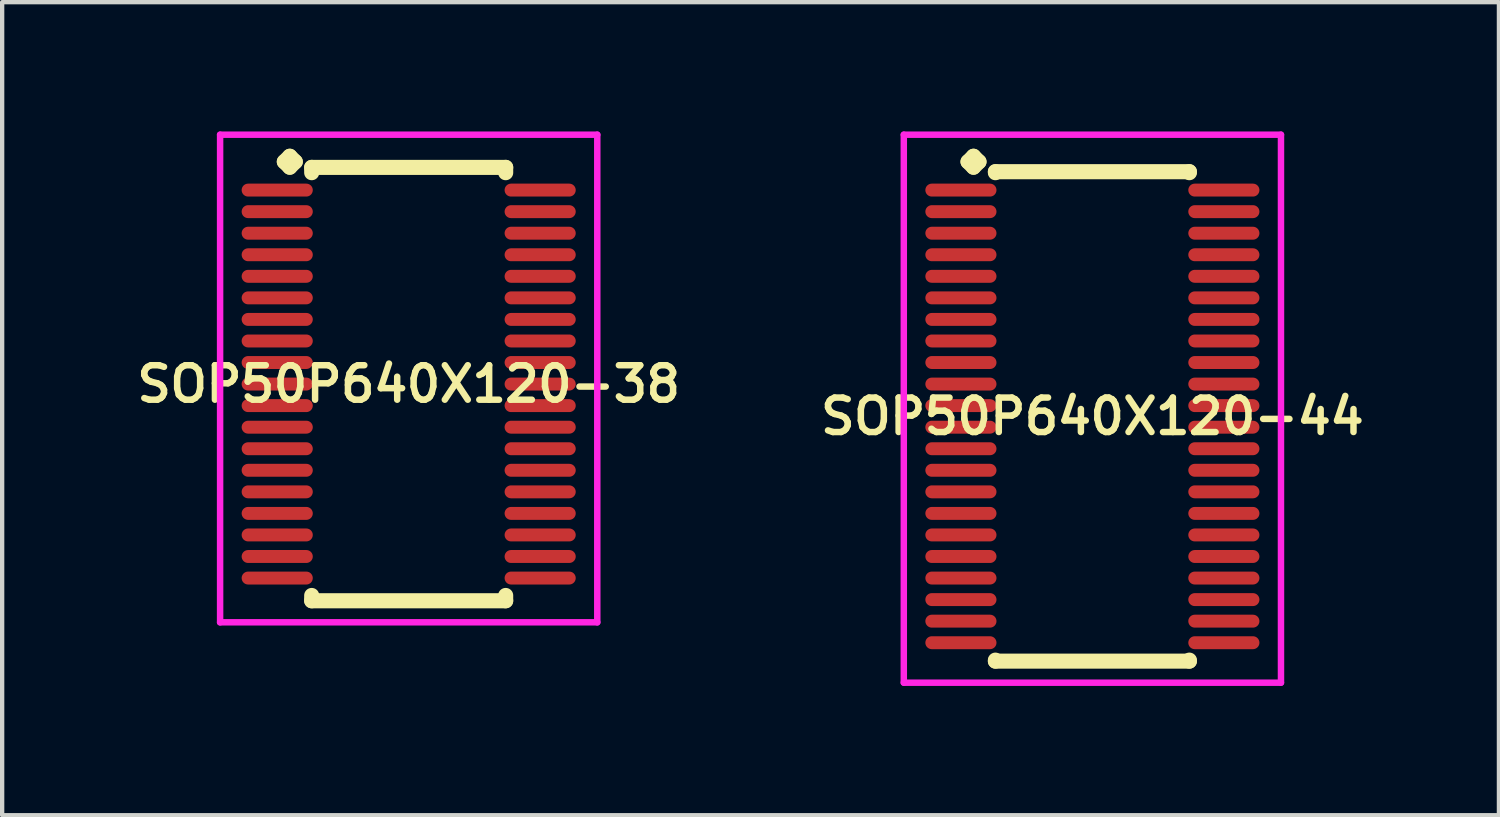
<source format=kicad_pcb>
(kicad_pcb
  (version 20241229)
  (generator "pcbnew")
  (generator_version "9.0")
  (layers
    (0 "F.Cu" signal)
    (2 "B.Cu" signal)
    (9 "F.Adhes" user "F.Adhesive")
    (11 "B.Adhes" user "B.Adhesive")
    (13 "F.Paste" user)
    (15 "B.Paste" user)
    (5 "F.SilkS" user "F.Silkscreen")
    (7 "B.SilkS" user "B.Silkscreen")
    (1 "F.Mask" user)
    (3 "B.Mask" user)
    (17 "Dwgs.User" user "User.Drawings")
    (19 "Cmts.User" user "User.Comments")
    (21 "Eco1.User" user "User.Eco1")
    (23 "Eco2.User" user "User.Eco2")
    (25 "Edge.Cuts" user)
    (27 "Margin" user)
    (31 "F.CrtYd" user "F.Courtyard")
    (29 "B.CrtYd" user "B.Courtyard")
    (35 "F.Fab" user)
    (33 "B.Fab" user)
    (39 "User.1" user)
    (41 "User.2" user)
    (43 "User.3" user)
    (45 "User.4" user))
  (footprint "SOP50P640X120-44"
    (layer "F.Cu")
    (at 22.292 6.61)
    (property "Reference" "SOP50P640X120-44" (at 0 0 0) (layer "F.SilkS") (effects (font (size 0.8 0.8) (thickness 0.15))))
    (attr smd)
    (fp_line (start -2.885 -5.908) (end -2.758 -6.035) (stroke (width 0.35) (type solid)) (layer "F.SilkS"))
    (fp_line (start -2.758 -6.035) (end -2.631 -5.908) (stroke (width 0.35) (type solid)) (layer "F.SilkS"))
    (fp_line (start -2.758 -5.781) (end -2.885 -5.908) (stroke (width 0.35) (type solid)) (layer "F.SilkS"))
    (fp_line (start -2.631 -5.908) (end -2.758 -5.781) (stroke (width 0.35) (type solid)) (layer "F.SilkS"))
    (fp_line (start -2.25 -5.677) (end 2.25 -5.677) (stroke (width 0.35) (type solid)) (layer "F.SilkS"))
    (fp_line (start -2.25 -5.654) (end -2.25 -5.677) (stroke (width 0.35) (type solid)) (layer "F.SilkS"))
    (fp_line (start -2.25 5.654) (end -2.25 5.677) (stroke (width 0.35) (type solid)) (layer "F.SilkS"))
    (fp_line (start -2.25 5.677) (end 2.25 5.677) (stroke (width 0.35) (type solid)) (layer "F.SilkS"))
    (fp_line (start 2.25 -5.677) (end 2.25 -5.654) (stroke (width 0.35) (type solid)) (layer "F.SilkS"))
    (fp_line (start 2.25 5.677) (end 2.25 5.654) (stroke (width 0.35) (type solid)) (layer "F.SilkS"))
    (fp_line (start -4.375 -6.535) (end 4.375 -6.535) (stroke (width 0.15) (type solid)) (layer "F.CrtYd"))
    (fp_line (start -4.375 6.177) (end -4.375 -6.535) (stroke (width 0.15) (type solid)) (layer "F.CrtYd"))
    (fp_line (start 4.375 -6.535) (end 4.375 6.177) (stroke (width 0.15) (type solid)) (layer "F.CrtYd"))
    (fp_line (start 4.375 6.177) (end -4.375 6.177) (stroke (width 0.15) (type solid)) (layer "F.CrtYd"))
    (pad "1" smd oval (at -3.05 -5.25) (size 1.65 0.3) (layers "F.Cu" "F.Mask" "F.Paste"))
    (pad "2" smd oval (at -3.05 -4.75) (size 1.65 0.3) (layers "F.Cu" "F.Mask" "F.Paste"))
    (pad "3" smd oval (at -3.05 -4.25) (size 1.65 0.3) (layers "F.Cu" "F.Mask" "F.Paste"))
    (pad "4" smd oval (at -3.05 -3.75) (size 1.65 0.3) (layers "F.Cu" "F.Mask" "F.Paste"))
    (pad "5" smd oval (at -3.05 -3.25) (size 1.65 0.3) (layers "F.Cu" "F.Mask" "F.Paste"))
    (pad "6" smd oval (at -3.05 -2.75) (size 1.65 0.3) (layers "F.Cu" "F.Mask" "F.Paste"))
    (pad "7" smd oval (at -3.05 -2.25) (size 1.65 0.3) (layers "F.Cu" "F.Mask" "F.Paste"))
    (pad "8" smd oval (at -3.05 -1.75) (size 1.65 0.3) (layers "F.Cu" "F.Mask" "F.Paste"))
    (pad "9" smd oval (at -3.05 -1.25) (size 1.65 0.3) (layers "F.Cu" "F.Mask" "F.Paste"))
    (pad "10" smd oval (at -3.05 -0.75) (size 1.65 0.3) (layers "F.Cu" "F.Mask" "F.Paste"))
    (pad "11" smd oval (at -3.05 -0.25) (size 1.65 0.3) (layers "F.Cu" "F.Mask" "F.Paste"))
    (pad "12" smd oval (at -3.05 0.25) (size 1.65 0.3) (layers "F.Cu" "F.Mask" "F.Paste"))
    (pad "13" smd oval (at -3.05 0.75) (size 1.65 0.3) (layers "F.Cu" "F.Mask" "F.Paste"))
    (pad "14" smd oval (at -3.05 1.25) (size 1.65 0.3) (layers "F.Cu" "F.Mask" "F.Paste"))
    (pad "15" smd oval (at -3.05 1.75) (size 1.65 0.3) (layers "F.Cu" "F.Mask" "F.Paste"))
    (pad "16" smd oval (at -3.05 2.25) (size 1.65 0.3) (layers "F.Cu" "F.Mask" "F.Paste"))
    (pad "17" smd oval (at -3.05 2.75) (size 1.65 0.3) (layers "F.Cu" "F.Mask" "F.Paste"))
    (pad "18" smd oval (at -3.05 3.25) (size 1.65 0.3) (layers "F.Cu" "F.Mask" "F.Paste"))
    (pad "19" smd oval (at -3.05 3.75) (size 1.65 0.3) (layers "F.Cu" "F.Mask" "F.Paste"))
    (pad "20" smd oval (at -3.05 4.25) (size 1.65 0.3) (layers "F.Cu" "F.Mask" "F.Paste"))
    (pad "21" smd oval (at -3.05 4.75) (size 1.65 0.3) (layers "F.Cu" "F.Mask" "F.Paste"))
    (pad "22" smd oval (at -3.05 5.25) (size 1.65 0.3) (layers "F.Cu" "F.Mask" "F.Paste"))
    (pad "23" smd oval (at 3.05 5.25) (size 1.65 0.3) (layers "F.Cu" "F.Mask" "F.Paste"))
    (pad "24" smd oval (at 3.05 4.75) (size 1.65 0.3) (layers "F.Cu" "F.Mask" "F.Paste"))
    (pad "25" smd oval (at 3.05 4.25) (size 1.65 0.3) (layers "F.Cu" "F.Mask" "F.Paste"))
    (pad "26" smd oval (at 3.05 3.75) (size 1.65 0.3) (layers "F.Cu" "F.Mask" "F.Paste"))
    (pad "27" smd oval (at 3.05 3.25) (size 1.65 0.3) (layers "F.Cu" "F.Mask" "F.Paste"))
    (pad "28" smd oval (at 3.05 2.75) (size 1.65 0.3) (layers "F.Cu" "F.Mask" "F.Paste"))
    (pad "29" smd oval (at 3.05 2.25) (size 1.65 0.3) (layers "F.Cu" "F.Mask" "F.Paste"))
    (pad "30" smd oval (at 3.05 1.75) (size 1.65 0.3) (layers "F.Cu" "F.Mask" "F.Paste"))
    (pad "31" smd oval (at 3.05 1.25) (size 1.65 0.3) (layers "F.Cu" "F.Mask" "F.Paste"))
    (pad "32" smd oval (at 3.05 0.75) (size 1.65 0.3) (layers "F.Cu" "F.Mask" "F.Paste"))
    (pad "33" smd oval (at 3.05 0.25) (size 1.65 0.3) (layers "F.Cu" "F.Mask" "F.Paste"))
    (pad "34" smd oval (at 3.05 -0.25) (size 1.65 0.3) (layers "F.Cu" "F.Mask" "F.Paste"))
    (pad "35" smd oval (at 3.05 -0.75) (size 1.65 0.3) (layers "F.Cu" "F.Mask" "F.Paste"))
    (pad "36" smd oval (at 3.05 -1.25) (size 1.65 0.3) (layers "F.Cu" "F.Mask" "F.Paste"))
    (pad "37" smd oval (at 3.05 -1.75) (size 1.65 0.3) (layers "F.Cu" "F.Mask" "F.Paste"))
    (pad "38" smd oval (at 3.05 -2.25) (size 1.65 0.3) (layers "F.Cu" "F.Mask" "F.Paste"))
    (pad "39" smd oval (at 3.05 -2.75) (size 1.65 0.3) (layers "F.Cu" "F.Mask" "F.Paste"))
    (pad "40" smd oval (at 3.05 -3.25) (size 1.65 0.3) (layers "F.Cu" "F.Mask" "F.Paste"))
    (pad "41" smd oval (at 3.05 -3.75) (size 1.65 0.3) (layers "F.Cu" "F.Mask" "F.Paste"))
    (pad "42" smd oval (at 3.05 -4.25) (size 1.65 0.3) (layers "F.Cu" "F.Mask" "F.Paste"))
    (pad "43" smd oval (at 3.05 -4.75) (size 1.65 0.3) (layers "F.Cu" "F.Mask" "F.Paste"))
    (pad "44" smd oval (at 3.05 -5.25) (size 1.65 0.3) (layers "F.Cu" "F.Mask" "F.Paste")))
  (footprint "SOP50P640X120-38"
    (layer "F.Cu")
    (at 6.431 5.86)
    (property "Reference" "SOP50P640X120-38" (at 0 0 0) (layer "F.SilkS") (effects (font (size 0.8 0.8) (thickness 0.15))))
    (attr smd)
    (fp_line (start -2.885 -5.158) (end -2.758 -5.285) (stroke (width 0.35) (type solid)) (layer "F.SilkS"))
    (fp_line (start -2.758 -5.285) (end -2.631 -5.158) (stroke (width 0.35) (type solid)) (layer "F.SilkS"))
    (fp_line (start -2.758 -5.031) (end -2.885 -5.158) (stroke (width 0.35) (type solid)) (layer "F.SilkS"))
    (fp_line (start -2.631 -5.158) (end -2.758 -5.031) (stroke (width 0.35) (type solid)) (layer "F.SilkS"))
    (fp_line (start -2.25 -5.027) (end 2.25 -5.027) (stroke (width 0.35) (type solid)) (layer "F.SilkS"))
    (fp_line (start -2.25 -4.904) (end -2.25 -5.027) (stroke (width 0.35) (type solid)) (layer "F.SilkS"))
    (fp_line (start -2.25 4.904) (end -2.25 5.027) (stroke (width 0.35) (type solid)) (layer "F.SilkS"))
    (fp_line (start -2.25 5.027) (end 2.25 5.027) (stroke (width 0.35) (type solid)) (layer "F.SilkS"))
    (fp_line (start 2.25 -5.027) (end 2.25 -4.904) (stroke (width 0.35) (type solid)) (layer "F.SilkS"))
    (fp_line (start 2.25 5.027) (end 2.25 4.904) (stroke (width 0.35) (type solid)) (layer "F.SilkS"))
    (fp_line (start -4.375 -5.785) (end 4.375 -5.785) (stroke (width 0.15) (type solid)) (layer "F.CrtYd"))
    (fp_line (start -4.375 5.527) (end -4.375 -5.785) (stroke (width 0.15) (type solid)) (layer "F.CrtYd"))
    (fp_line (start 4.375 -5.785) (end 4.375 5.527) (stroke (width 0.15) (type solid)) (layer "F.CrtYd"))
    (fp_line (start 4.375 5.527) (end -4.375 5.527) (stroke (width 0.15) (type solid)) (layer "F.CrtYd"))
    (pad "1" smd oval (at -3.05 -4.5) (size 1.65 0.3) (layers "F.Cu" "F.Mask" "F.Paste"))
    (pad "2" smd oval (at -3.05 -4) (size 1.65 0.3) (layers "F.Cu" "F.Mask" "F.Paste"))
    (pad "3" smd oval (at -3.05 -3.5) (size 1.65 0.3) (layers "F.Cu" "F.Mask" "F.Paste"))
    (pad "4" smd oval (at -3.05 -3) (size 1.65 0.3) (layers "F.Cu" "F.Mask" "F.Paste"))
    (pad "5" smd oval (at -3.05 -2.5) (size 1.65 0.3) (layers "F.Cu" "F.Mask" "F.Paste"))
    (pad "6" smd oval (at -3.05 -2) (size 1.65 0.3) (layers "F.Cu" "F.Mask" "F.Paste"))
    (pad "7" smd oval (at -3.05 -1.5) (size 1.65 0.3) (layers "F.Cu" "F.Mask" "F.Paste"))
    (pad "8" smd oval (at -3.05 -1) (size 1.65 0.3) (layers "F.Cu" "F.Mask" "F.Paste"))
    (pad "9" smd oval (at -3.05 -0.5) (size 1.65 0.3) (layers "F.Cu" "F.Mask" "F.Paste"))
    (pad "10" smd oval (at -3.05 0) (size 1.65 0.3) (layers "F.Cu" "F.Mask" "F.Paste"))
    (pad "11" smd oval (at -3.05 0.5) (size 1.65 0.3) (layers "F.Cu" "F.Mask" "F.Paste"))
    (pad "12" smd oval (at -3.05 1) (size 1.65 0.3) (layers "F.Cu" "F.Mask" "F.Paste"))
    (pad "13" smd oval (at -3.05 1.5) (size 1.65 0.3) (layers "F.Cu" "F.Mask" "F.Paste"))
    (pad "14" smd oval (at -3.05 2) (size 1.65 0.3) (layers "F.Cu" "F.Mask" "F.Paste"))
    (pad "15" smd oval (at -3.05 2.5) (size 1.65 0.3) (layers "F.Cu" "F.Mask" "F.Paste"))
    (pad "16" smd oval (at -3.05 3) (size 1.65 0.3) (layers "F.Cu" "F.Mask" "F.Paste"))
    (pad "17" smd oval (at -3.05 3.5) (size 1.65 0.3) (layers "F.Cu" "F.Mask" "F.Paste"))
    (pad "18" smd oval (at -3.05 4) (size 1.65 0.3) (layers "F.Cu" "F.Mask" "F.Paste"))
    (pad "19" smd oval (at -3.05 4.5) (size 1.65 0.3) (layers "F.Cu" "F.Mask" "F.Paste"))
    (pad "20" smd oval (at 3.05 4.5) (size 1.65 0.3) (layers "F.Cu" "F.Mask" "F.Paste"))
    (pad "21" smd oval (at 3.05 4) (size 1.65 0.3) (layers "F.Cu" "F.Mask" "F.Paste"))
    (pad "22" smd oval (at 3.05 3.5) (size 1.65 0.3) (layers "F.Cu" "F.Mask" "F.Paste"))
    (pad "23" smd oval (at 3.05 3) (size 1.65 0.3) (layers "F.Cu" "F.Mask" "F.Paste"))
    (pad "24" smd oval (at 3.05 2.5) (size 1.65 0.3) (layers "F.Cu" "F.Mask" "F.Paste"))
    (pad "25" smd oval (at 3.05 2) (size 1.65 0.3) (layers "F.Cu" "F.Mask" "F.Paste"))
    (pad "26" smd oval (at 3.05 1.5) (size 1.65 0.3) (layers "F.Cu" "F.Mask" "F.Paste"))
    (pad "27" smd oval (at 3.05 1) (size 1.65 0.3) (layers "F.Cu" "F.Mask" "F.Paste"))
    (pad "28" smd oval (at 3.05 0.5) (size 1.65 0.3) (layers "F.Cu" "F.Mask" "F.Paste"))
    (pad "29" smd oval (at 3.05 0) (size 1.65 0.3) (layers "F.Cu" "F.Mask" "F.Paste"))
    (pad "30" smd oval (at 3.05 -0.5) (size 1.65 0.3) (layers "F.Cu" "F.Mask" "F.Paste"))
    (pad "31" smd oval (at 3.05 -1) (size 1.65 0.3) (layers "F.Cu" "F.Mask" "F.Paste"))
    (pad "32" smd oval (at 3.05 -1.5) (size 1.65 0.3) (layers "F.Cu" "F.Mask" "F.Paste"))
    (pad "33" smd oval (at 3.05 -2) (size 1.65 0.3) (layers "F.Cu" "F.Mask" "F.Paste"))
    (pad "34" smd oval (at 3.05 -2.5) (size 1.65 0.3) (layers "F.Cu" "F.Mask" "F.Paste"))
    (pad "35" smd oval (at 3.05 -3) (size 1.65 0.3) (layers "F.Cu" "F.Mask" "F.Paste"))
    (pad "36" smd oval (at 3.05 -3.5) (size 1.65 0.3) (layers "F.Cu" "F.Mask" "F.Paste"))
    (pad "37" smd oval (at 3.05 -4) (size 1.65 0.3) (layers "F.Cu" "F.Mask" "F.Paste"))
    (pad "38" smd oval (at 3.05 -4.5) (size 1.65 0.3) (layers "F.Cu" "F.Mask" "F.Paste")))
  (gr_rect
    (start -3 -3)
    (end 31.723 15.862)
    (stroke (width 0.1) (type default))
    (fill no)
    (layer "Edge.Cuts")))
</source>
